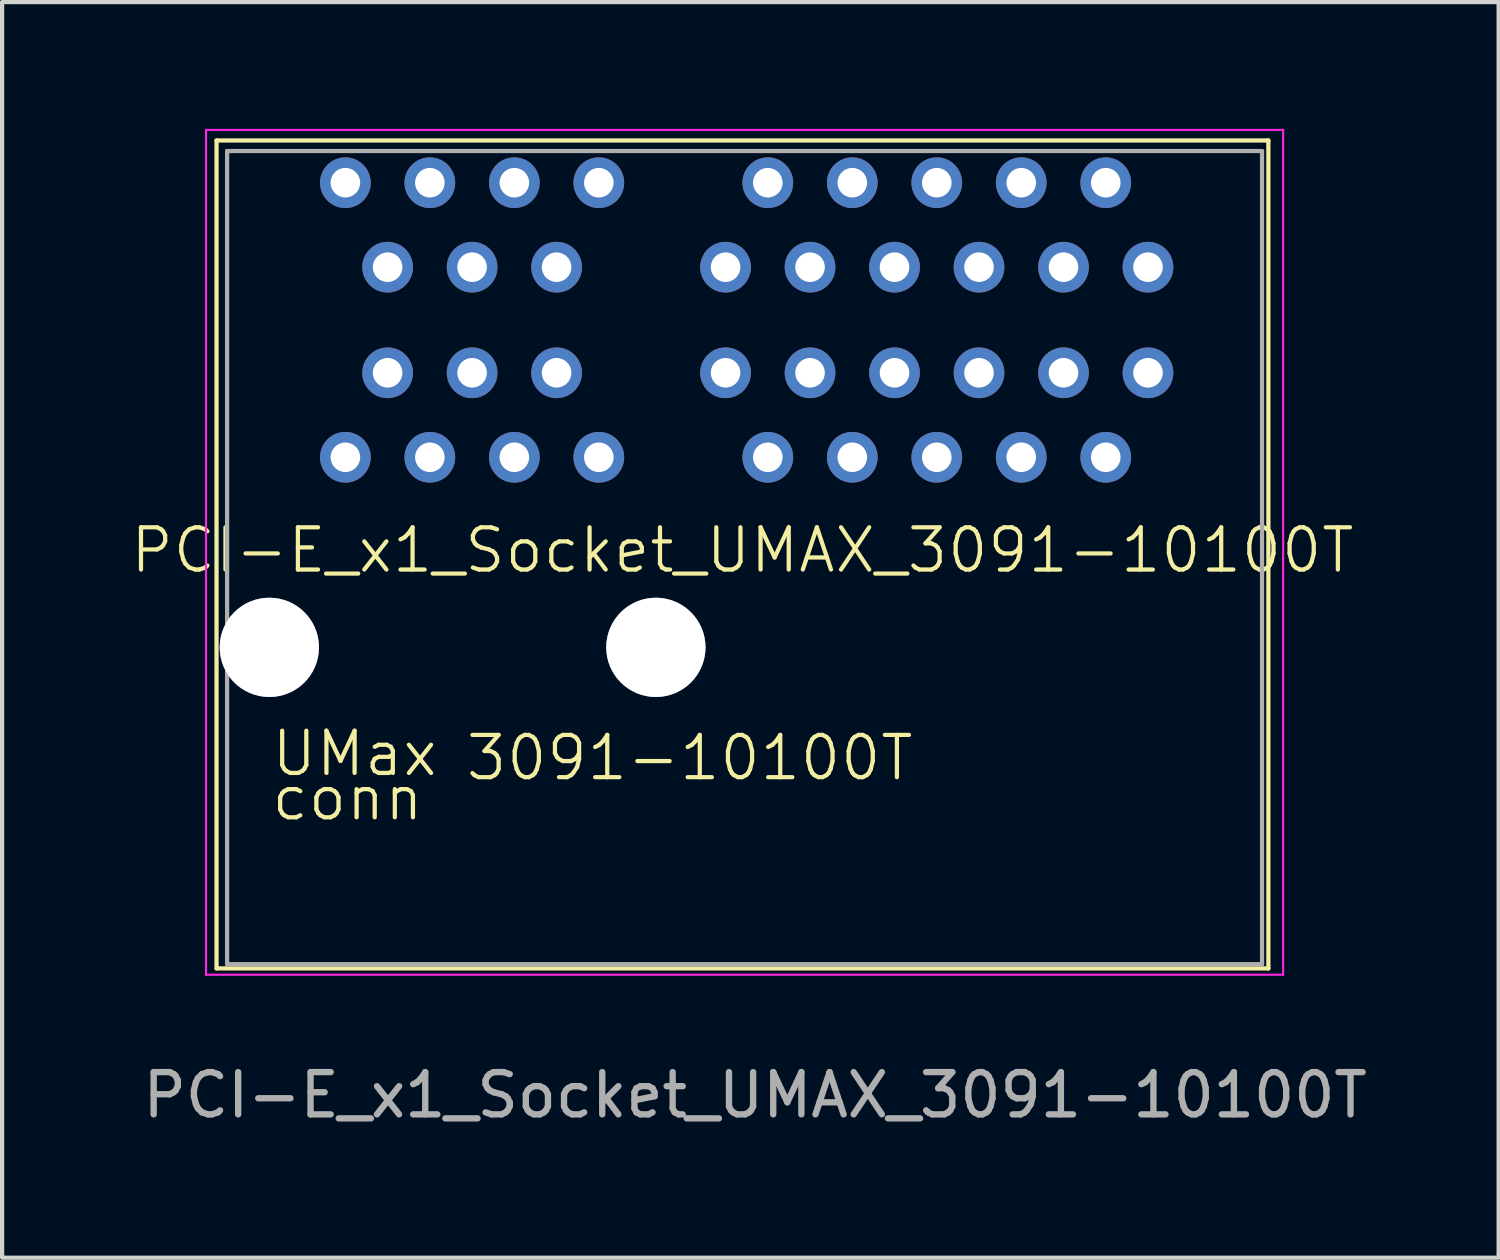
<source format=kicad_pcb>
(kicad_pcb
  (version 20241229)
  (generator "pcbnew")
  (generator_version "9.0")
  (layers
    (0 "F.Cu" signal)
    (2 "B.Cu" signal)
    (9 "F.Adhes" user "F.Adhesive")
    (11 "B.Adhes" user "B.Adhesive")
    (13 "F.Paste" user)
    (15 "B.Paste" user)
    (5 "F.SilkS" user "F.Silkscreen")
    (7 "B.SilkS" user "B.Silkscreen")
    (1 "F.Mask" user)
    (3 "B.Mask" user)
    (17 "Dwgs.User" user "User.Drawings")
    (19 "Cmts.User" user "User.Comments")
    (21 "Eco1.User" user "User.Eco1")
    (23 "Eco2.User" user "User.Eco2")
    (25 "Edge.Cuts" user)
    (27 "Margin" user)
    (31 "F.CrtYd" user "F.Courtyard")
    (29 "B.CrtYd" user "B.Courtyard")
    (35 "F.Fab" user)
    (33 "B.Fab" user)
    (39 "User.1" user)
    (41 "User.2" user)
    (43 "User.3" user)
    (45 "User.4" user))
  (footprint "PCI-E_x1_Socket_UMAX_3091-10100T"
    (layer "F.Cu")
    (at 14.526 9.975)
    (property "Reference" "PCI-E_x1_Socket_UMAX_3091-10100T" (at 0 0 0) (unlocked yes) (layer "F.SilkS") (effects (font (size 1 1) (thickness 0.1))))
    (attr through_hole)
    (fp_line (start -12.45 -9.7) (end -12.45 9.9) (stroke (width 0.1) (type default)) (layer "F.SilkS"))
    (fp_line (start -12.45 9.9) (end 12.45 9.9) (stroke (width 0.1) (type default)) (layer "F.SilkS"))
    (fp_line (start 12.45 -9.7) (end -12.45 -9.7) (stroke (width 0.1) (type default)) (layer "F.SilkS"))
    (fp_line (start 12.45 9.9) (end 12.45 -9.7) (stroke (width 0.1) (type default)) (layer "F.SilkS"))
    (fp_line (start -12.7 -9.95) (end 12.8 -9.95) (stroke (width 0.05) (type default)) (layer "F.CrtYd"))
    (fp_line (start -12.7 10.05) (end -12.7 -9.95) (stroke (width 0.05) (type default)) (layer "F.CrtYd"))
    (fp_line (start 12.8 -9.95) (end 12.8 10.05) (stroke (width 0.05) (type default)) (layer "F.CrtYd"))
    (fp_line (start 12.8 10.05) (end -12.7 10.05) (stroke (width 0.05) (type default)) (layer "F.CrtYd"))
    (fp_line (start -12.2 -9.45) (end 12.3 -9.45) (stroke (width 0.1) (type default)) (layer "F.Fab"))
    (fp_line (start -12.2 9.8) (end -12.2 -9.45) (stroke (width 0.1) (type default)) (layer "F.Fab"))
    (fp_line (start 12.3 -9.45) (end 12.3 9.8) (stroke (width 0.1) (type default)) (layer "F.Fab"))
    (fp_line (start 12.3 9.8) (end -12.2 9.8) (stroke (width 0.1) (type default)) (layer "F.Fab"))
    (fp_text user "conn" (at -11.2 6.45 0) (unlocked yes) (layer "F.SilkS") (effects (font (size 1 1) (thickness 0.1)) (justify left bottom)))
    (fp_text user "3091-10100T" (at -6.6 5.5 0) (unlocked yes) (layer "F.SilkS") (effects (font (size 1 1) (thickness 0.1)) (justify left bottom)))
    (fp_text user "UMax" (at -11.2 5.4 0) (unlocked yes) (layer "F.SilkS") (effects (font (size 1 1) (thickness 0.1)) (justify left bottom)))
    (fp_text user "${REFERENCE}" (at 0.3 12.9 0) (unlocked yes) (layer "F.Fab") (effects (font (size 1 1) (thickness 0.15))))
    (pad "" thru_hole circle (at -11.2 2.3) (size 2.35 2.35) (drill 2.35) (layers "*.Cu" "*.Mask"))
    (pad "" thru_hole circle (at -2.05 2.3) (size 2.35 2.35) (drill 2.35) (layers "*.Cu" "*.Mask"))
    (pad "A1" thru_hole circle (at 9.6 -4.2) (size 1.2 1.2) (drill 0.7) (layers "*.Cu" "*.Mask"))
    (pad "A2" thru_hole circle (at 8.6 -2.2) (size 1.2 1.2) (drill 0.7) (layers "*.Cu" "*.Mask"))
    (pad "A3" thru_hole circle (at 7.6 -4.2) (size 1.2 1.2) (drill 0.7) (layers "*.Cu" "*.Mask"))
    (pad "A4" thru_hole circle (at 6.6 -2.2) (size 1.2 1.2) (drill 0.7) (layers "*.Cu" "*.Mask"))
    (pad "A5" thru_hole circle (at 5.6 -4.2) (size 1.2 1.2) (drill 0.7) (layers "*.Cu" "*.Mask"))
    (pad "A6" thru_hole circle (at 4.6 -2.2) (size 1.2 1.2) (drill 0.7) (layers "*.Cu" "*.Mask"))
    (pad "A7" thru_hole circle (at 3.6 -4.2) (size 1.2 1.2) (drill 0.7) (layers "*.Cu" "*.Mask"))
    (pad "A8" thru_hole circle (at 2.6 -2.2) (size 1.2 1.2) (drill 0.7) (layers "*.Cu" "*.Mask"))
    (pad "A9" thru_hole circle (at 0.6 -2.2) (size 1.2 1.2) (drill 0.7) (layers "*.Cu" "*.Mask"))
    (pad "A10" thru_hole circle (at 1.6 -4.2) (size 1.2 1.2) (drill 0.7) (layers "*.Cu" "*.Mask"))
    (pad "A11" thru_hole circle (at -0.4 -4.2) (size 1.2 1.2) (drill 0.7) (layers "*.Cu" "*.Mask"))
    (pad "A12" thru_hole circle (at -3.4 -2.2) (size 1.2 1.2) (drill 0.7) (layers "*.Cu" "*.Mask"))
    (pad "A13" thru_hole circle (at -4.4 -4.2) (size 1.2 1.2) (drill 0.7) (layers "*.Cu" "*.Mask"))
    (pad "A14" thru_hole circle (at -5.4 -2.2) (size 1.2 1.2) (drill 0.7) (layers "*.Cu" "*.Mask"))
    (pad "A15" thru_hole circle (at -6.4 -4.2) (size 1.2 1.2) (drill 0.7) (layers "*.Cu" "*.Mask"))
    (pad "A16" thru_hole circle (at -7.4 -2.2) (size 1.2 1.2) (drill 0.7) (layers "*.Cu" "*.Mask"))
    (pad "A17" thru_hole circle (at -8.4 -4.2) (size 1.2 1.2) (drill 0.7) (layers "*.Cu" "*.Mask"))
    (pad "A18" thru_hole circle (at -9.4 -2.2) (size 1.2 1.2) (drill 0.7) (layers "*.Cu" "*.Mask"))
    (pad "B1" thru_hole circle (at 9.6 -6.7) (size 1.2 1.2) (drill 0.7) (layers "*.Cu" "*.Mask"))
    (pad "B2" thru_hole circle (at 8.6 -8.7) (size 1.2 1.2) (drill 0.7) (layers "*.Cu" "*.Mask"))
    (pad "B3" thru_hole circle (at 7.6 -6.7) (size 1.2 1.2) (drill 0.7) (layers "*.Cu" "*.Mask"))
    (pad "B4" thru_hole circle (at 6.6 -8.7) (size 1.2 1.2) (drill 0.7) (layers "*.Cu" "*.Mask"))
    (pad "B5" thru_hole circle (at 5.6 -6.7) (size 1.2 1.2) (drill 0.7) (layers "*.Cu" "*.Mask"))
    (pad "B6" thru_hole circle (at 4.6 -8.7) (size 1.2 1.2) (drill 0.7) (layers "*.Cu" "*.Mask"))
    (pad "B7" thru_hole circle (at 3.6 -6.7) (size 1.2 1.2) (drill 0.7) (layers "*.Cu" "*.Mask"))
    (pad "B8" thru_hole circle (at 2.6 -8.7) (size 1.2 1.2) (drill 0.7) (layers "*.Cu" "*.Mask"))
    (pad "B9" thru_hole circle (at 1.6 -6.7) (size 1.2 1.2) (drill 0.7) (layers "*.Cu" "*.Mask"))
    (pad "B10" thru_hole circle (at 0.6 -8.7) (size 1.2 1.2) (drill 0.7) (layers "*.Cu" "*.Mask"))
    (pad "B11" thru_hole circle (at -0.4 -6.7) (size 1.2 1.2) (drill 0.7) (layers "*.Cu" "*.Mask"))
    (pad "B12" thru_hole circle (at -3.4 -8.7) (size 1.2 1.2) (drill 0.7) (layers "*.Cu" "*.Mask"))
    (pad "B13" thru_hole circle (at -4.4 -6.7) (size 1.2 1.2) (drill 0.7) (layers "*.Cu" "*.Mask"))
    (pad "B14" thru_hole circle (at -5.4 -8.7) (size 1.2 1.2) (drill 0.7) (layers "*.Cu" "*.Mask"))
    (pad "B15" thru_hole circle (at -6.4 -6.7) (size 1.2 1.2) (drill 0.7) (layers "*.Cu" "*.Mask"))
    (pad "B16" thru_hole circle (at -7.4 -8.7) (size 1.2 1.2) (drill 0.7) (layers "*.Cu" "*.Mask"))
    (pad "B17" thru_hole circle (at -8.4 -6.7) (size 1.2 1.2) (drill 0.7) (layers "*.Cu" "*.Mask"))
    (pad "B18" thru_hole circle (at -9.4 -8.7) (size 1.2 1.2) (drill 0.7) (layers "*.Cu" "*.Mask")))
  (gr_rect
    (start -3 -3)
    (end 32.427 26.723)
    (stroke (width 0.1) (type default))
    (fill no)
    (layer "Edge.Cuts")))
</source>
